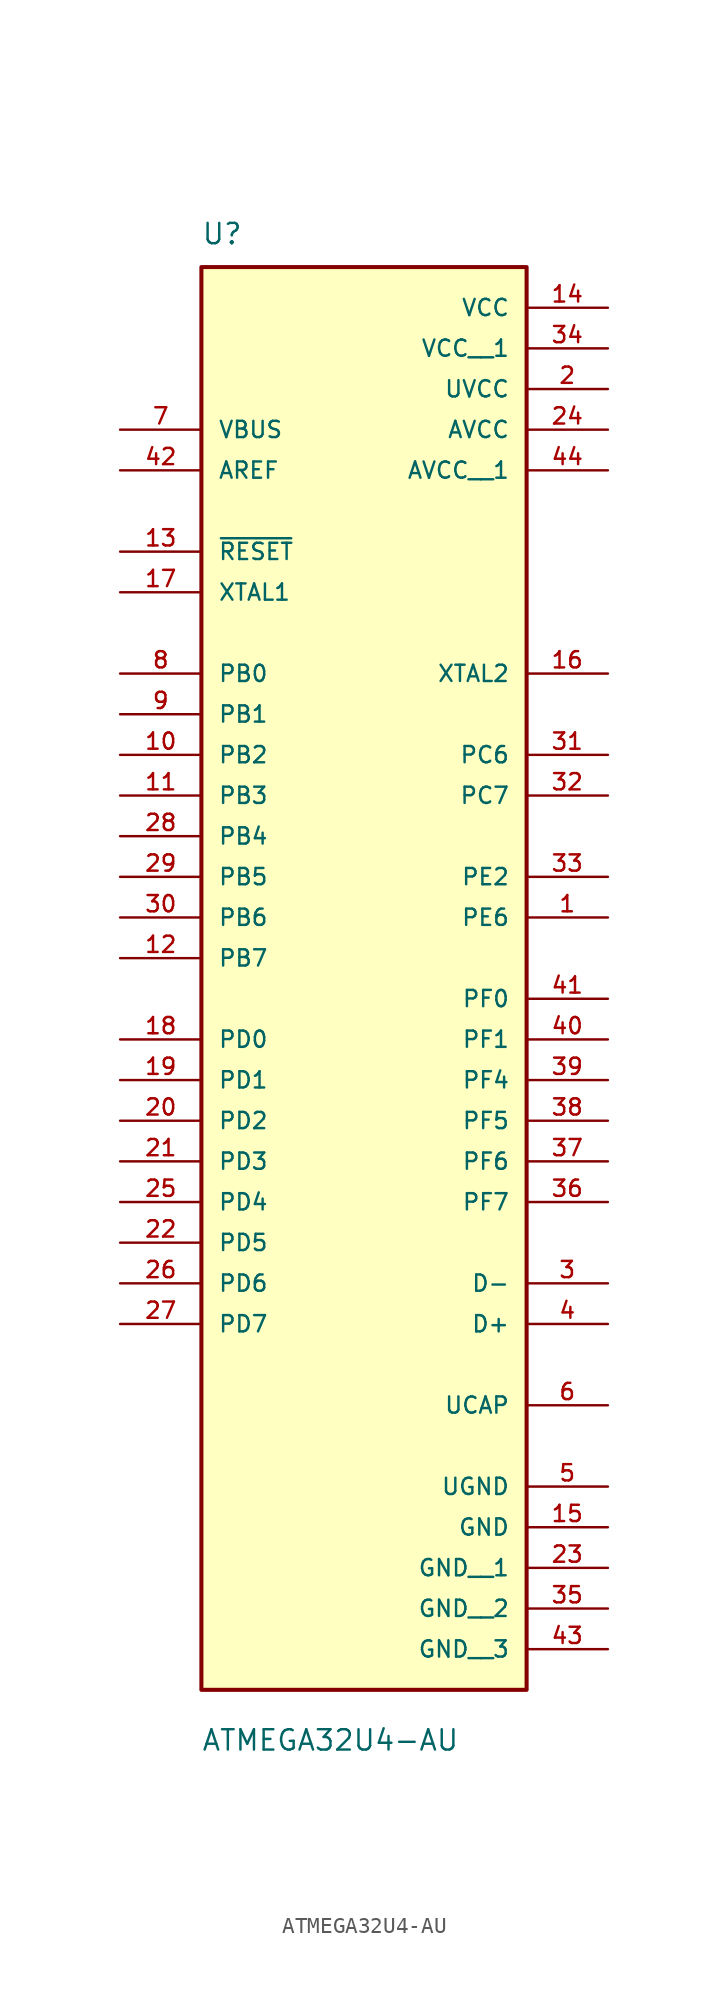
<source format=kicad_sym>
(kicad_symbol_lib
  (version 20211014)
  (generator kicad_symbol_editor)
  (symbol "ATMEGA32U4-AU"
    (pin_names
      (offset 1.016))
    (property "Reference" "U"
      (at -10.175 39.429 0)
      (effects (font (size 1.27 1.27)) (justify bottom left)))
    (property "Value" "ATMEGA32U4-AU"
      (at -10.18 -54.694 0)
      (effects (font (size 1.27 1.27)) (justify bottom left)))
    (symbol "ATMEGA32U4-AU_0_0"
      (rectangle (start -10.16 -50.8) (end 10.16 38.1) (stroke (width 0.254)) (fill (type background)))
      (pin power_in line (at 15.24 35.56 180.0) (length 5.08) (name "VCC" (effects (font (size 1.016 1.016)))) (number "14" (effects (font (size 1.016 1.016)))))
      (pin power_in line (at 15.24 30.48 180.0) (length 5.08) (name "UVCC" (effects (font (size 1.016 1.016)))) (number "2" (effects (font (size 1.016 1.016)))))
      (pin power_in line (at 15.24 27.94 180.0) (length 5.08) (name "AVCC" (effects (font (size 1.016 1.016)))) (number "24" (effects (font (size 1.016 1.016)))))
      (pin power_in line (at 15.24 -38.1 180.0) (length 5.08) (name "UGND" (effects (font (size 1.016 1.016)))) (number "5" (effects (font (size 1.016 1.016)))))
      (pin power_in line (at 15.24 -40.64 180.0) (length 5.08) (name "GND" (effects (font (size 1.016 1.016)))) (number "15" (effects (font (size 1.016 1.016)))))
      (pin passive line (at 15.24 -33.02 180.0) (length 5.08) (name "UCAP" (effects (font (size 1.016 1.016)))) (number "6" (effects (font (size 1.016 1.016)))))
      (pin bidirectional line (at -15.24 12.7 0) (length 5.08) (name "PB0" (effects (font (size 1.016 1.016)))) (number "8" (effects (font (size 1.016 1.016)))))
      (pin bidirectional line (at -15.24 10.16 0) (length 5.08) (name "PB1" (effects (font (size 1.016 1.016)))) (number "9" (effects (font (size 1.016 1.016)))))
      (pin bidirectional line (at -15.24 7.62 0) (length 5.08) (name "PB2" (effects (font (size 1.016 1.016)))) (number "10" (effects (font (size 1.016 1.016)))))
      (pin bidirectional line (at -15.24 5.08 0) (length 5.08) (name "PB3" (effects (font (size 1.016 1.016)))) (number "11" (effects (font (size 1.016 1.016)))))
      (pin bidirectional line (at -15.24 2.54 0) (length 5.08) (name "PB4" (effects (font (size 1.016 1.016)))) (number "28" (effects (font (size 1.016 1.016)))))
      (pin bidirectional line (at -15.24 0.0 0) (length 5.08) (name "PB5" (effects (font (size 1.016 1.016)))) (number "29" (effects (font (size 1.016 1.016)))))
      (pin bidirectional line (at -15.24 -2.54 0) (length 5.08) (name "PB6" (effects (font (size 1.016 1.016)))) (number "30" (effects (font (size 1.016 1.016)))))
      (pin bidirectional line (at -15.24 -5.08 0) (length 5.08) (name "PB7" (effects (font (size 1.016 1.016)))) (number "12" (effects (font (size 1.016 1.016)))))
      (pin bidirectional line (at 15.24 7.62 180.0) (length 5.08) (name "PC6" (effects (font (size 1.016 1.016)))) (number "31" (effects (font (size 1.016 1.016)))))
      (pin bidirectional line (at 15.24 5.08 180.0) (length 5.08) (name "PC7" (effects (font (size 1.016 1.016)))) (number "32" (effects (font (size 1.016 1.016)))))
      (pin bidirectional line (at -15.24 -10.16 0) (length 5.08) (name "PD0" (effects (font (size 1.016 1.016)))) (number "18" (effects (font (size 1.016 1.016)))))
      (pin bidirectional line (at -15.24 -12.7 0) (length 5.08) (name "PD1" (effects (font (size 1.016 1.016)))) (number "19" (effects (font (size 1.016 1.016)))))
      (pin bidirectional line (at -15.24 -15.24 0) (length 5.08) (name "PD2" (effects (font (size 1.016 1.016)))) (number "20" (effects (font (size 1.016 1.016)))))
      (pin bidirectional line (at -15.24 -17.78 0) (length 5.08) (name "PD3" (effects (font (size 1.016 1.016)))) (number "21" (effects (font (size 1.016 1.016)))))
      (pin bidirectional line (at -15.24 -20.32 0) (length 5.08) (name "PD4" (effects (font (size 1.016 1.016)))) (number "25" (effects (font (size 1.016 1.016)))))
      (pin bidirectional line (at -15.24 -22.86 0) (length 5.08) (name "PD5" (effects (font (size 1.016 1.016)))) (number "22" (effects (font (size 1.016 1.016)))))
      (pin bidirectional line (at -15.24 -25.4 0) (length 5.08) (name "PD6" (effects (font (size 1.016 1.016)))) (number "26" (effects (font (size 1.016 1.016)))))
      (pin bidirectional line (at -15.24 -27.94 0) (length 5.08) (name "PD7" (effects (font (size 1.016 1.016)))) (number "27" (effects (font (size 1.016 1.016)))))
      (pin bidirectional line (at 15.24 0.0 180.0) (length 5.08) (name "PE2" (effects (font (size 1.016 1.016)))) (number "33" (effects (font (size 1.016 1.016)))))
      (pin bidirectional line (at 15.24 -2.54 180.0) (length 5.08) (name "PE6" (effects (font (size 1.016 1.016)))) (number "1" (effects (font (size 1.016 1.016)))))
      (pin bidirectional line (at 15.24 -7.62 180.0) (length 5.08) (name "PF0" (effects (font (size 1.016 1.016)))) (number "41" (effects (font (size 1.016 1.016)))))
      (pin bidirectional line (at 15.24 -10.16 180.0) (length 5.08) (name "PF1" (effects (font (size 1.016 1.016)))) (number "40" (effects (font (size 1.016 1.016)))))
      (pin bidirectional line (at 15.24 -12.7 180.0) (length 5.08) (name "PF4" (effects (font (size 1.016 1.016)))) (number "39" (effects (font (size 1.016 1.016)))))
      (pin bidirectional line (at 15.24 -15.24 180.0) (length 5.08) (name "PF5" (effects (font (size 1.016 1.016)))) (number "38" (effects (font (size 1.016 1.016)))))
      (pin bidirectional line (at 15.24 -17.78 180.0) (length 5.08) (name "PF6" (effects (font (size 1.016 1.016)))) (number "37" (effects (font (size 1.016 1.016)))))
      (pin bidirectional line (at 15.24 -20.32 180.0) (length 5.08) (name "PF7" (effects (font (size 1.016 1.016)))) (number "36" (effects (font (size 1.016 1.016)))))
      (pin bidirectional line (at 15.24 -25.4 180.0) (length 5.08) (name "D-" (effects (font (size 1.016 1.016)))) (number "3" (effects (font (size 1.016 1.016)))))
      (pin bidirectional line (at 15.24 -27.94 180.0) (length 5.08) (name "D+" (effects (font (size 1.016 1.016)))) (number "4" (effects (font (size 1.016 1.016)))))
      (pin input line (at -15.24 17.78 0) (length 5.08) (name "XTAL1" (effects (font (size 1.016 1.016)))) (number "17" (effects (font (size 1.016 1.016)))))
      (pin input line (at -15.24 20.32 0) (length 5.08) (name "~{RESET}" (effects (font (size 1.016 1.016)))) (number "13" (effects (font (size 1.016 1.016)))))
      (pin input line (at -15.24 25.4 0) (length 5.08) (name "AREF" (effects (font (size 1.016 1.016)))) (number "42" (effects (font (size 1.016 1.016)))))
      (pin input line (at -15.24 27.94 0) (length 5.08) (name "VBUS" (effects (font (size 1.016 1.016)))) (number "7" (effects (font (size 1.016 1.016)))))
      (pin output line (at 15.24 12.7 180.0) (length 5.08) (name "XTAL2" (effects (font (size 1.016 1.016)))) (number "16" (effects (font (size 1.016 1.016)))))
      (pin power_in line (at 15.24 33.02 180.0) (length 5.08) (name "VCC__1" (effects (font (size 1.016 1.016)))) (number "34" (effects (font (size 1.016 1.016)))))
      (pin power_in line (at 15.24 25.4 180.0) (length 5.08) (name "AVCC__1" (effects (font (size 1.016 1.016)))) (number "44" (effects (font (size 1.016 1.016)))))
      (pin power_in line (at 15.24 -43.18 180.0) (length 5.08) (name "GND__1" (effects (font (size 1.016 1.016)))) (number "23" (effects (font (size 1.016 1.016)))))
      (pin power_in line (at 15.24 -45.72 180.0) (length 5.08) (name "GND__2" (effects (font (size 1.016 1.016)))) (number "35" (effects (font (size 1.016 1.016)))))
      (pin power_in line (at 15.24 -48.26 180.0) (length 5.08) (name "GND__3" (effects (font (size 1.016 1.016)))) (number "43" (effects (font (size 1.016 1.016))))))))
</source>
